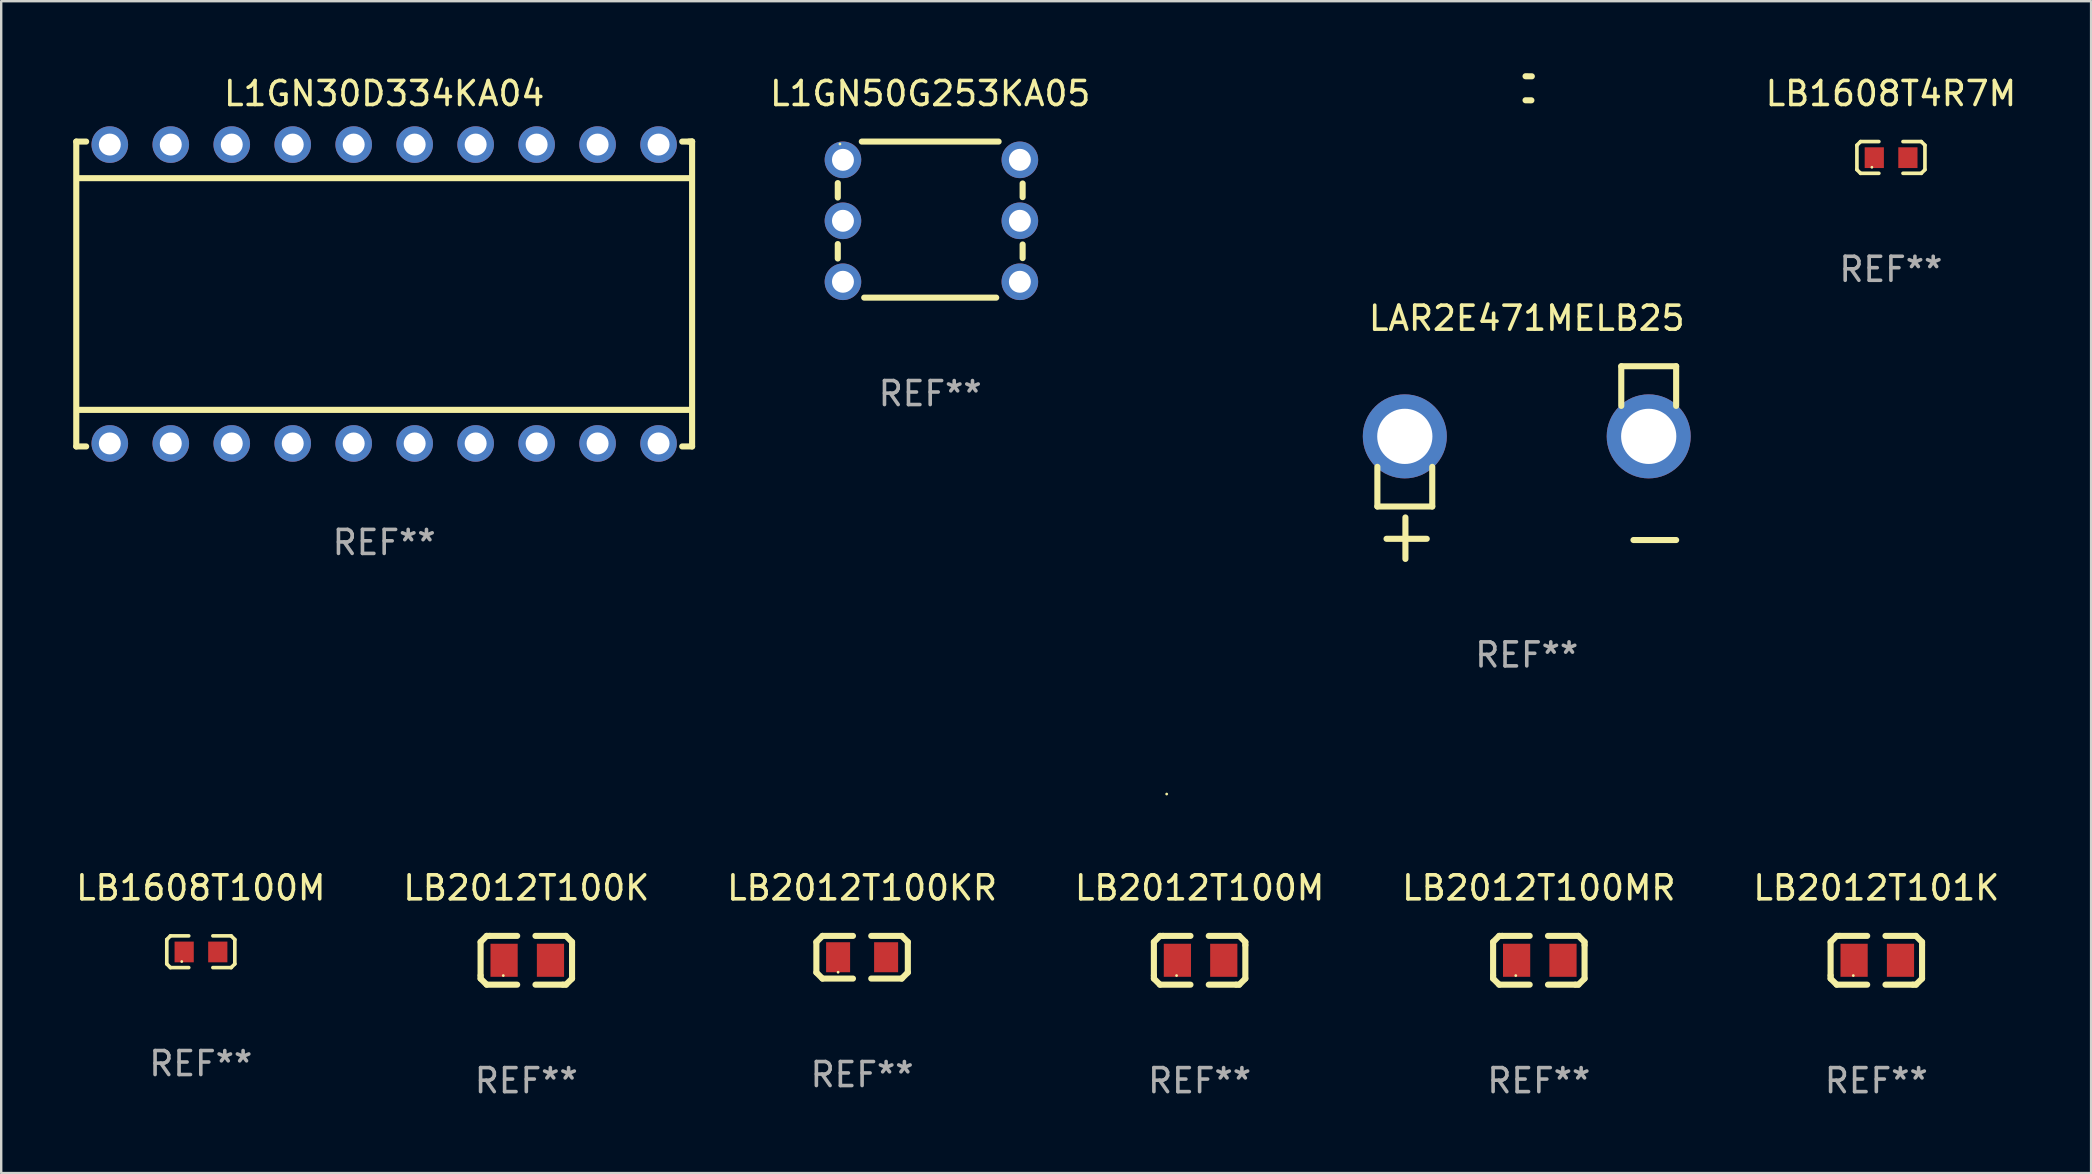
<source format=kicad_pcb>
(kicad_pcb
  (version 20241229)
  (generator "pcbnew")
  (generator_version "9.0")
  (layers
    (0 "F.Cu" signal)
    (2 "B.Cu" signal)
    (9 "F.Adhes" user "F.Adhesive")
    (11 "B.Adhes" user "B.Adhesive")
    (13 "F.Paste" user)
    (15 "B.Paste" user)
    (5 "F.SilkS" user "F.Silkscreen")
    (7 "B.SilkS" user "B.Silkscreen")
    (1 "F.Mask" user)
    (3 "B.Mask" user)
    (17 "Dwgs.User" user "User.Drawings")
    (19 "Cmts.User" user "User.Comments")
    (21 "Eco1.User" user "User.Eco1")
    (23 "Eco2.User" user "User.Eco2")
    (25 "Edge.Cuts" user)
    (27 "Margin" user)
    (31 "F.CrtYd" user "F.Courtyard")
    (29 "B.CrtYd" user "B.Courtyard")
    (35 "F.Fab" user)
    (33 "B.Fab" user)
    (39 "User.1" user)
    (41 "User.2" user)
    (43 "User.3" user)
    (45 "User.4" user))
  (footprint "LB1608T4R7M"
    (layer "F.Cu")
    (at 75.721 3.509)
    (property "Reference" "LB1608T4R7M" (at 0 -2.661 0) (layer "F.SilkS") (effects (font (size 1 1) (thickness 0.15))))
    (attr through_hole)
    (fp_line (start -1.417 -0.508) (end -1.265 -0.661) (stroke (width 0.152) (type solid)) (layer "F.SilkS"))
    (fp_line (start -1.417 0.508) (end -1.417 -0.508) (stroke (width 0.152) (type solid)) (layer "F.SilkS"))
    (fp_line (start -1.265 -0.661) (end -0.503 -0.661) (stroke (width 0.152) (type solid)) (layer "F.SilkS"))
    (fp_line (start -1.265 0.661) (end -1.417 0.508) (stroke (width 0.152) (type solid)) (layer "F.SilkS"))
    (fp_line (start -1.265 0.661) (end -0.503 0.661) (stroke (width 0.152) (type solid)) (layer "F.SilkS"))
    (fp_line (start 1.265 -0.661) (end 0.503 -0.661) (stroke (width 0.152) (type solid)) (layer "F.SilkS"))
    (fp_line (start 1.265 -0.661) (end 1.417 -0.508) (stroke (width 0.152) (type solid)) (layer "F.SilkS"))
    (fp_line (start 1.265 0.661) (end 0.503 0.661) (stroke (width 0.152) (type solid)) (layer "F.SilkS"))
    (fp_line (start 1.417 -0.508) (end 1.417 0.508) (stroke (width 0.152) (type solid)) (layer "F.SilkS"))
    (fp_line (start 1.417 0.508) (end 1.265 0.661) (stroke (width 0.152) (type solid)) (layer "F.SilkS"))
    (fp_circle (center -0.793 0.409) (end -0.763 0.409) (stroke (width 0.06) (type solid)) (fill no) (layer "F.SilkS"))
    (fp_text user "REF**" (at 0 4.661 0) (layer "F.Fab") (effects (font (size 1 1) (thickness 0.15))))
    (pad "1" smd rect (at -0.693 0.009 180) (size 0.8 0.864) (layers "F.Cu" "F.Mask" "F.Paste"))
    (pad "2" smd rect (at 0.707 0.009 180) (size 0.8 0.864) (layers "F.Cu" "F.Mask" "F.Paste")))
  (footprint "LB2012T100KR"
    (layer "F.Cu")
    (at 32.863 36.826)
    (property "Reference" "LB2012T100KR" (at 0 -2.889 0) (layer "F.SilkS") (effects (font (size 1 1) (thickness 0.15))))
    (attr through_hole)
    (fp_line (start -1.905 -0.635) (end -1.651 -0.889) (stroke (width 0.254) (type solid)) (layer "F.SilkS"))
    (fp_line (start -1.905 0.635) (end -1.905 -0.635) (stroke (width 0.254) (type solid)) (layer "F.SilkS"))
    (fp_line (start -1.651 -0.889) (end -0.381 -0.889) (stroke (width 0.254) (type solid)) (layer "F.SilkS"))
    (fp_line (start -1.651 0.889) (end -1.905 0.635) (stroke (width 0.254) (type solid)) (layer "F.SilkS"))
    (fp_line (start -0.381 0.889) (end -1.651 0.889) (stroke (width 0.254) (type solid)) (layer "F.SilkS"))
    (fp_line (start 0.381 -0.889) (end 1.651 -0.889) (stroke (width 0.254) (type solid)) (layer "F.SilkS"))
    (fp_line (start 1.651 -0.889) (end 1.905 -0.635) (stroke (width 0.254) (type solid)) (layer "F.SilkS"))
    (fp_line (start 1.651 0.889) (end 0.381 0.889) (stroke (width 0.254) (type solid)) (layer "F.SilkS"))
    (fp_line (start 1.905 -0.635) (end 1.905 0.635) (stroke (width 0.254) (type solid)) (layer "F.SilkS"))
    (fp_line (start 1.905 0.635) (end 1.651 0.889) (stroke (width 0.254) (type solid)) (layer "F.SilkS"))
    (fp_circle (center -1 0.625) (end -0.97 0.625) (stroke (width 0.06) (type solid)) (fill no) (layer "F.SilkS"))
    (fp_text user "REF**" (at 0 4.889 0) (layer "F.Fab") (effects (font (size 1 1) (thickness 0.15))))
    (pad "1" smd rect (at -1 0 180) (size 1 1.25) (layers "F.Cu" "F.Mask" "F.Paste"))
    (pad "2" smd rect (at 1 0) (size 1 1.25) (layers "F.Cu" "F.Mask" "F.Paste")))
  (footprint "LAR2E471MELB25"
    (layer "F.Cu")
    (at 60.551 16.22)
    (property "Reference" "LAR2E471MELB25" (at 0 -6.013 0) (layer "F.SilkS") (effects (font (size 1 1) (thickness 0.15))))
    (attr through_hole)
    (fp_line (start -6.223 0.178) (end -6.223 1.829) (stroke (width 0.254) (type solid)) (layer "F.SilkS"))
    (fp_line (start -6.223 1.829) (end -3.937 1.829) (stroke (width 0.254) (type solid)) (layer "F.SilkS"))
    (fp_line (start -5.055 4.013) (end -5.055 2.286) (stroke (width 0.254) (type solid)) (layer "F.SilkS"))
    (fp_line (start -4.166 3.175) (end -5.842 3.175) (stroke (width 0.254) (type solid)) (layer "F.SilkS"))
    (fp_line (start -3.937 1.829) (end -3.937 0.178) (stroke (width 0.254) (type solid)) (layer "F.SilkS"))
    (fp_line (start 3.937 -4.013) (end 3.937 -2.362) (stroke (width 0.254) (type solid)) (layer "F.SilkS"))
    (fp_line (start 6.223 -4.013) (end 3.937 -4.013) (stroke (width 0.254) (type solid)) (layer "F.SilkS"))
    (fp_line (start 6.223 -2.362) (end 6.223 -4.013) (stroke (width 0.254) (type solid)) (layer "F.SilkS"))
    (fp_line (start 6.223 3.226) (end 4.445 3.226) (stroke (width 0.254) (type solid)) (layer "F.SilkS"))
    (fp_arc (start -0.0508 -16.093472) (mid 0.080016 -16.092762) (end 0.210821 -16.090932) (stroke (width 0.254001) (type solid)) (layer "F.SilkS"))
    (fp_arc (start -0.0508 -15.09271) (mid 0.071125 -15.091961) (end 0.19304 -15.09017) (stroke (width 0.254001) (type solid)) (layer "F.SilkS"))
    (fp_circle (center -15 13.808) (end -14.97 13.808) (stroke (width 0.06) (type solid)) (fill no) (layer "F.SilkS"))
    (fp_text user "REF**" (at 0 8.013 0) (layer "F.Fab") (effects (font (size 1 1) (thickness 0.15))))
    (pad "1" thru_hole circle (at -5.08 -1.092) (size 3.5 3.5) (drill 2.3) (layers "*.Cu" "*.Mask"))
    (pad "2" thru_hole circle (at 5.08 -1.092) (size 3.5 3.5) (drill 2.3) (layers "*.Cu" "*.Mask")))
  (footprint "L1GN50G253KA05"
    (layer "F.Cu")
    (at 35.7 6.098)
    (property "Reference" "L1GN50G253KA05" (at 0 -5.25 0) (layer "F.SilkS") (effects (font (size 1 1) (thickness 0.15))))
    (attr through_hole)
    (fp_line (start -3.85 -0.92) (end -3.85 -1.521) (stroke (width 0.254) (type solid)) (layer "F.SilkS"))
    (fp_line (start -3.85 1.62) (end -3.85 1.019) (stroke (width 0.254) (type solid)) (layer "F.SilkS"))
    (fp_line (start -2.85 -3.25) (end 2.85 -3.25) (stroke (width 0.254) (type solid)) (layer "F.SilkS"))
    (fp_line (start -2.75 3.25) (end 2.75 3.25) (stroke (width 0.254) (type solid)) (layer "F.SilkS"))
    (fp_line (start 3.85 -1.504) (end 3.85 -0.936) (stroke (width 0.254) (type solid)) (layer "F.SilkS"))
    (fp_line (start 3.85 1.036) (end 3.85 1.604) (stroke (width 0.254) (type solid)) (layer "F.SilkS"))
    (fp_circle (center -3.76 -3.15) (end -3.73 -3.15) (stroke (width 0.06) (type solid)) (fill no) (layer "F.SilkS"))
    (fp_text user "REF**" (at 0 7.25 0) (layer "F.Fab") (effects (font (size 1 1) (thickness 0.15))))
    (pad "1" thru_hole circle (at -3.635 -2.49) (size 1.524 1.524) (drill 0.914) (layers "*.Cu" "*.Mask"))
    (pad "2" thru_hole circle (at -3.635 0.05) (size 1.524 1.524) (drill 0.914) (layers "*.Cu" "*.Mask"))
    (pad "3" thru_hole circle (at -3.635 2.59) (size 1.524 1.524) (drill 0.914) (layers "*.Cu" "*.Mask"))
    (pad "4" thru_hole circle (at 3.735 2.59) (size 1.524 1.524) (drill 0.914) (layers "*.Cu" "*.Mask"))
    (pad "5" thru_hole circle (at 3.735 0.05) (size 1.524 1.524) (drill 0.914) (layers "*.Cu" "*.Mask"))
    (pad "6" thru_hole circle (at 3.735 -2.49) (size 1.524 1.524) (drill 0.914) (layers "*.Cu" "*.Mask")))
  (footprint "LB2012T100M"
    (layer "F.Cu")
    (at 46.923 36.953)
    (property "Reference" "LB2012T100M" (at 0 -3.016 0) (layer "F.SilkS") (effects (font (size 1 1) (thickness 0.15))))
    (attr through_hole)
    (fp_line (start -1.905 -0.762) (end -1.905 0.635) (stroke (width 0.254) (type solid)) (layer "F.SilkS"))
    (fp_line (start -1.905 0.635) (end -1.905 0.762) (stroke (width 0.254) (type solid)) (layer "F.SilkS"))
    (fp_line (start -1.905 0.762) (end -1.651 1.016) (stroke (width 0.254) (type solid)) (layer "F.SilkS"))
    (fp_line (start -1.651 -1.016) (end -1.905 -0.762) (stroke (width 0.254) (type solid)) (layer "F.SilkS"))
    (fp_line (start -1.651 1.016) (end -0.381 1.016) (stroke (width 0.254) (type solid)) (layer "F.SilkS"))
    (fp_line (start -1.524 -1.016) (end -1.651 -1.016) (stroke (width 0.254) (type solid)) (layer "F.SilkS"))
    (fp_line (start -0.381 -1.016) (end -1.524 -1.016) (stroke (width 0.254) (type solid)) (layer "F.SilkS"))
    (fp_line (start 0.381 1.016) (end 1.524 1.016) (stroke (width 0.254) (type solid)) (layer "F.SilkS"))
    (fp_line (start 1.524 1.016) (end 1.651 1.016) (stroke (width 0.254) (type solid)) (layer "F.SilkS"))
    (fp_line (start 1.651 -1.016) (end 0.381 -1.016) (stroke (width 0.254) (type solid)) (layer "F.SilkS"))
    (fp_line (start 1.651 1.016) (end 1.905 0.762) (stroke (width 0.254) (type solid)) (layer "F.SilkS"))
    (fp_line (start 1.905 -0.762) (end 1.651 -1.016) (stroke (width 0.254) (type solid)) (layer "F.SilkS"))
    (fp_line (start 1.905 -0.635) (end 1.905 -0.762) (stroke (width 0.254) (type solid)) (layer "F.SilkS"))
    (fp_line (start 1.905 0.762) (end 1.905 -0.635) (stroke (width 0.254) (type solid)) (layer "F.SilkS"))
    (fp_circle (center -0.96 0.637) (end -0.93 0.637) (stroke (width 0.06) (type solid)) (fill no) (layer "F.SilkS"))
    (fp_text user "REF**" (at 0 5.016 0) (layer "F.Fab") (effects (font (size 1 1) (thickness 0.15))))
    (pad "1" smd rect (at -0.926 -0.000051) (size 1.133 1.377) (layers "F.Cu" "F.Mask" "F.Paste"))
    (pad "2" smd rect (at 1.006 -0.000051) (size 1.133 1.377) (layers "F.Cu" "F.Mask" "F.Paste")))
  (footprint "LB2012T100K"
    (layer "F.Cu")
    (at 18.875 36.953)
    (property "Reference" "LB2012T100K" (at 0 -3.016 0) (layer "F.SilkS") (effects (font (size 1 1) (thickness 0.15))))
    (attr through_hole)
    (fp_line (start -1.905 -0.762) (end -1.905 0.635) (stroke (width 0.254) (type solid)) (layer "F.SilkS"))
    (fp_line (start -1.905 0.635) (end -1.905 0.762) (stroke (width 0.254) (type solid)) (layer "F.SilkS"))
    (fp_line (start -1.905 0.762) (end -1.651 1.016) (stroke (width 0.254) (type solid)) (layer "F.SilkS"))
    (fp_line (start -1.651 -1.016) (end -1.905 -0.762) (stroke (width 0.254) (type solid)) (layer "F.SilkS"))
    (fp_line (start -1.651 1.016) (end -0.381 1.016) (stroke (width 0.254) (type solid)) (layer "F.SilkS"))
    (fp_line (start -1.524 -1.016) (end -1.651 -1.016) (stroke (width 0.254) (type solid)) (layer "F.SilkS"))
    (fp_line (start -0.381 -1.016) (end -1.524 -1.016) (stroke (width 0.254) (type solid)) (layer "F.SilkS"))
    (fp_line (start 0.381 1.016) (end 1.524 1.016) (stroke (width 0.254) (type solid)) (layer "F.SilkS"))
    (fp_line (start 1.524 1.016) (end 1.651 1.016) (stroke (width 0.254) (type solid)) (layer "F.SilkS"))
    (fp_line (start 1.651 -1.016) (end 0.381 -1.016) (stroke (width 0.254) (type solid)) (layer "F.SilkS"))
    (fp_line (start 1.651 1.016) (end 1.905 0.762) (stroke (width 0.254) (type solid)) (layer "F.SilkS"))
    (fp_line (start 1.905 -0.762) (end 1.651 -1.016) (stroke (width 0.254) (type solid)) (layer "F.SilkS"))
    (fp_line (start 1.905 -0.635) (end 1.905 -0.762) (stroke (width 0.254) (type solid)) (layer "F.SilkS"))
    (fp_line (start 1.905 0.762) (end 1.905 -0.635) (stroke (width 0.254) (type solid)) (layer "F.SilkS"))
    (fp_circle (center -0.96 0.637) (end -0.93 0.637) (stroke (width 0.06) (type solid)) (fill no) (layer "F.SilkS"))
    (fp_text user "REF**" (at 0 5.016 0) (layer "F.Fab") (effects (font (size 1 1) (thickness 0.15))))
    (pad "1" smd rect (at -0.926 -0.000051) (size 1.133 1.377) (layers "F.Cu" "F.Mask" "F.Paste"))
    (pad "2" smd rect (at 1.006 -0.000051) (size 1.133 1.377) (layers "F.Cu" "F.Mask" "F.Paste")))
  (footprint "LB2012T101K"
    (layer "F.Cu")
    (at 75.113 36.953)
    (property "Reference" "LB2012T101K" (at 0 -3.016 0) (layer "F.SilkS") (effects (font (size 1 1) (thickness 0.15))))
    (attr through_hole)
    (fp_line (start -1.905 -0.762) (end -1.905 0.635) (stroke (width 0.254) (type solid)) (layer "F.SilkS"))
    (fp_line (start -1.905 0.635) (end -1.905 0.762) (stroke (width 0.254) (type solid)) (layer "F.SilkS"))
    (fp_line (start -1.905 0.762) (end -1.651 1.016) (stroke (width 0.254) (type solid)) (layer "F.SilkS"))
    (fp_line (start -1.651 -1.016) (end -1.905 -0.762) (stroke (width 0.254) (type solid)) (layer "F.SilkS"))
    (fp_line (start -1.651 1.016) (end -0.381 1.016) (stroke (width 0.254) (type solid)) (layer "F.SilkS"))
    (fp_line (start -1.524 -1.016) (end -1.651 -1.016) (stroke (width 0.254) (type solid)) (layer "F.SilkS"))
    (fp_line (start -0.381 -1.016) (end -1.524 -1.016) (stroke (width 0.254) (type solid)) (layer "F.SilkS"))
    (fp_line (start 0.381 1.016) (end 1.524 1.016) (stroke (width 0.254) (type solid)) (layer "F.SilkS"))
    (fp_line (start 1.524 1.016) (end 1.651 1.016) (stroke (width 0.254) (type solid)) (layer "F.SilkS"))
    (fp_line (start 1.651 -1.016) (end 0.381 -1.016) (stroke (width 0.254) (type solid)) (layer "F.SilkS"))
    (fp_line (start 1.651 1.016) (end 1.905 0.762) (stroke (width 0.254) (type solid)) (layer "F.SilkS"))
    (fp_line (start 1.905 -0.762) (end 1.651 -1.016) (stroke (width 0.254) (type solid)) (layer "F.SilkS"))
    (fp_line (start 1.905 -0.635) (end 1.905 -0.762) (stroke (width 0.254) (type solid)) (layer "F.SilkS"))
    (fp_line (start 1.905 0.762) (end 1.905 -0.635) (stroke (width 0.254) (type solid)) (layer "F.SilkS"))
    (fp_circle (center -0.96 0.637) (end -0.93 0.637) (stroke (width 0.06) (type solid)) (fill no) (layer "F.SilkS"))
    (fp_text user "REF**" (at 0 5.016 0) (layer "F.Fab") (effects (font (size 1 1) (thickness 0.15))))
    (pad "1" smd rect (at -0.926 -0.000051) (size 1.133 1.377) (layers "F.Cu" "F.Mask" "F.Paste"))
    (pad "2" smd rect (at 1.006 -0.000051) (size 1.133 1.377) (layers "F.Cu" "F.Mask" "F.Paste")))
  (footprint "L1GN30D334KA04"
    (layer "F.Cu")
    (at 12.954 9.198)
    (property "Reference" "L1GN30D334KA04" (at 0 -8.35 0) (layer "F.SilkS") (effects (font (size 1 1) (thickness 0.15))))
    (attr through_hole)
    (fp_line (start -12.827 -6.35) (end -12.415 -6.35) (stroke (width 0.254) (type solid)) (layer "F.SilkS"))
    (fp_line (start -12.827 6.35) (end -12.827 -6.35) (stroke (width 0.254) (type solid)) (layer "F.SilkS"))
    (fp_line (start -12.7 4.826) (end 12.7 4.826) (stroke (width 0.254) (type solid)) (layer "F.SilkS"))
    (fp_line (start -12.415 6.35) (end -12.827 6.35) (stroke (width 0.254) (type solid)) (layer "F.SilkS"))
    (fp_line (start 12.415 -6.35) (end 12.827 -6.35) (stroke (width 0.254) (type solid)) (layer "F.SilkS"))
    (fp_line (start 12.7 -6.35) (end 12.827 -6.35) (stroke (width 0.254) (type solid)) (layer "F.SilkS"))
    (fp_line (start 12.7 -4.826) (end -12.7 -4.826) (stroke (width 0.254) (type solid)) (layer "F.SilkS"))
    (fp_line (start 12.827 -6.35) (end 12.827 6.35) (stroke (width 0.254) (type solid)) (layer "F.SilkS"))
    (fp_line (start 12.827 6.35) (end 12.415 6.35) (stroke (width 0.254) (type solid)) (layer "F.SilkS"))
    (fp_circle (center 12.82 6.35) (end 12.85 6.35) (stroke (width 0.06) (type solid)) (fill no) (layer "F.SilkS"))
    (fp_text user "REF**" (at 0 10.35 0) (layer "F.Fab") (effects (font (size 1 1) (thickness 0.15))))
    (pad "1" thru_hole circle (at 11.43 6.225) (size 1.524 1.524) (drill 0.914) (layers "*.Cu" "*.Mask"))
    (pad "2" thru_hole circle (at 8.89 6.225) (size 1.524 1.524) (drill 0.914) (layers "*.Cu" "*.Mask"))
    (pad "3" thru_hole circle (at 6.35 6.225) (size 1.524 1.524) (drill 0.914) (layers "*.Cu" "*.Mask"))
    (pad "4" thru_hole circle (at 3.81 6.225) (size 1.524 1.524) (drill 0.914) (layers "*.Cu" "*.Mask"))
    (pad "5" thru_hole circle (at 1.27 6.225) (size 1.524 1.524) (drill 0.914) (layers "*.Cu" "*.Mask"))
    (pad "6" thru_hole circle (at -1.27 6.225) (size 1.524 1.524) (drill 0.914) (layers "*.Cu" "*.Mask"))
    (pad "7" thru_hole circle (at -3.81 6.225) (size 1.524 1.524) (drill 0.914) (layers "*.Cu" "*.Mask"))
    (pad "8" thru_hole circle (at -6.35 6.225) (size 1.524 1.524) (drill 0.914) (layers "*.Cu" "*.Mask"))
    (pad "9" thru_hole circle (at -8.89 6.225) (size 1.524 1.524) (drill 0.914) (layers "*.Cu" "*.Mask"))
    (pad "10" thru_hole circle (at -11.43 6.225) (size 1.524 1.524) (drill 0.914) (layers "*.Cu" "*.Mask"))
    (pad "11" thru_hole circle (at 11.43 -6.225) (size 1.524 1.524) (drill 0.914) (layers "*.Cu" "*.Mask"))
    (pad "12" thru_hole circle (at 8.89 -6.225) (size 1.524 1.524) (drill 0.914) (layers "*.Cu" "*.Mask"))
    (pad "13" thru_hole circle (at 6.35 -6.225) (size 1.524 1.524) (drill 0.914) (layers "*.Cu" "*.Mask"))
    (pad "14" thru_hole circle (at 3.81 -6.225) (size 1.524 1.524) (drill 0.914) (layers "*.Cu" "*.Mask"))
    (pad "15" thru_hole circle (at 1.27 -6.225) (size 1.524 1.524) (drill 0.914) (layers "*.Cu" "*.Mask"))
    (pad "16" thru_hole circle (at -1.27 -6.225) (size 1.524 1.524) (drill 0.914) (layers "*.Cu" "*.Mask"))
    (pad "17" thru_hole circle (at -3.81 -6.225) (size 1.524 1.524) (drill 0.914) (layers "*.Cu" "*.Mask"))
    (pad "18" thru_hole circle (at -6.35 -6.225) (size 1.524 1.524) (drill 0.914) (layers "*.Cu" "*.Mask"))
    (pad "19" thru_hole circle (at -8.89 -6.225) (size 1.524 1.524) (drill 0.914) (layers "*.Cu" "*.Mask"))
    (pad "20" thru_hole circle (at -11.43 -6.225) (size 1.524 1.524) (drill 0.914) (layers "*.Cu" "*.Mask")))
  (footprint "LB2012T100MR"
    (layer "F.Cu")
    (at 61.054 36.953)
    (property "Reference" "LB2012T100MR" (at 0 -3.016 0) (layer "F.SilkS") (effects (font (size 1 1) (thickness 0.15))))
    (attr through_hole)
    (fp_line (start -1.905 -0.762) (end -1.905 0.635) (stroke (width 0.254) (type solid)) (layer "F.SilkS"))
    (fp_line (start -1.905 0.635) (end -1.905 0.762) (stroke (width 0.254) (type solid)) (layer "F.SilkS"))
    (fp_line (start -1.905 0.762) (end -1.651 1.016) (stroke (width 0.254) (type solid)) (layer "F.SilkS"))
    (fp_line (start -1.651 -1.016) (end -1.905 -0.762) (stroke (width 0.254) (type solid)) (layer "F.SilkS"))
    (fp_line (start -1.651 1.016) (end -0.381 1.016) (stroke (width 0.254) (type solid)) (layer "F.SilkS"))
    (fp_line (start -1.524 -1.016) (end -1.651 -1.016) (stroke (width 0.254) (type solid)) (layer "F.SilkS"))
    (fp_line (start -0.381 -1.016) (end -1.524 -1.016) (stroke (width 0.254) (type solid)) (layer "F.SilkS"))
    (fp_line (start 0.381 1.016) (end 1.524 1.016) (stroke (width 0.254) (type solid)) (layer "F.SilkS"))
    (fp_line (start 1.524 1.016) (end 1.651 1.016) (stroke (width 0.254) (type solid)) (layer "F.SilkS"))
    (fp_line (start 1.651 -1.016) (end 0.381 -1.016) (stroke (width 0.254) (type solid)) (layer "F.SilkS"))
    (fp_line (start 1.651 1.016) (end 1.905 0.762) (stroke (width 0.254) (type solid)) (layer "F.SilkS"))
    (fp_line (start 1.905 -0.762) (end 1.651 -1.016) (stroke (width 0.254) (type solid)) (layer "F.SilkS"))
    (fp_line (start 1.905 -0.635) (end 1.905 -0.762) (stroke (width 0.254) (type solid)) (layer "F.SilkS"))
    (fp_line (start 1.905 0.762) (end 1.905 -0.635) (stroke (width 0.254) (type solid)) (layer "F.SilkS"))
    (fp_circle (center -0.96 0.637) (end -0.93 0.637) (stroke (width 0.06) (type solid)) (fill no) (layer "F.SilkS"))
    (fp_text user "REF**" (at 0 5.016 0) (layer "F.Fab") (effects (font (size 1 1) (thickness 0.15))))
    (pad "1" smd rect (at -0.926 -0.000051) (size 1.133 1.377) (layers "F.Cu" "F.Mask" "F.Paste"))
    (pad "2" smd rect (at 1.006 -0.000051) (size 1.133 1.377) (layers "F.Cu" "F.Mask" "F.Paste")))
  (footprint "LB1608T100M"
    (layer "F.Cu")
    (at 5.315 36.597)
    (property "Reference" "LB1608T100M" (at 0 -2.661 0) (layer "F.SilkS") (effects (font (size 1 1) (thickness 0.15))))
    (attr through_hole)
    (fp_line (start -1.417 -0.508) (end -1.265 -0.661) (stroke (width 0.152) (type solid)) (layer "F.SilkS"))
    (fp_line (start -1.417 0.508) (end -1.417 -0.508) (stroke (width 0.152) (type solid)) (layer "F.SilkS"))
    (fp_line (start -1.265 -0.661) (end -0.503 -0.661) (stroke (width 0.152) (type solid)) (layer "F.SilkS"))
    (fp_line (start -1.265 0.661) (end -1.417 0.508) (stroke (width 0.152) (type solid)) (layer "F.SilkS"))
    (fp_line (start -1.265 0.661) (end -0.503 0.661) (stroke (width 0.152) (type solid)) (layer "F.SilkS"))
    (fp_line (start 1.265 -0.661) (end 0.503 -0.661) (stroke (width 0.152) (type solid)) (layer "F.SilkS"))
    (fp_line (start 1.265 -0.661) (end 1.417 -0.508) (stroke (width 0.152) (type solid)) (layer "F.SilkS"))
    (fp_line (start 1.265 0.661) (end 0.503 0.661) (stroke (width 0.152) (type solid)) (layer "F.SilkS"))
    (fp_line (start 1.417 -0.508) (end 1.417 0.508) (stroke (width 0.152) (type solid)) (layer "F.SilkS"))
    (fp_line (start 1.417 0.508) (end 1.265 0.661) (stroke (width 0.152) (type solid)) (layer "F.SilkS"))
    (fp_circle (center -0.793 0.409) (end -0.763 0.409) (stroke (width 0.06) (type solid)) (fill no) (layer "F.SilkS"))
    (fp_text user "REF**" (at 0 4.661 0) (layer "F.Fab") (effects (font (size 1 1) (thickness 0.15))))
    (pad "1" smd rect (at -0.693 0.009 180) (size 0.8 0.864) (layers "F.Cu" "F.Mask" "F.Paste"))
    (pad "2" smd rect (at 0.707 0.009 180) (size 0.8 0.864) (layers "F.Cu" "F.Mask" "F.Paste")))
  (gr_rect
    (start -3 -3)
    (end 84.06 45.817)
    (stroke (width 0.1) (type default))
    (fill no)
    (layer "Edge.Cuts")))
</source>
